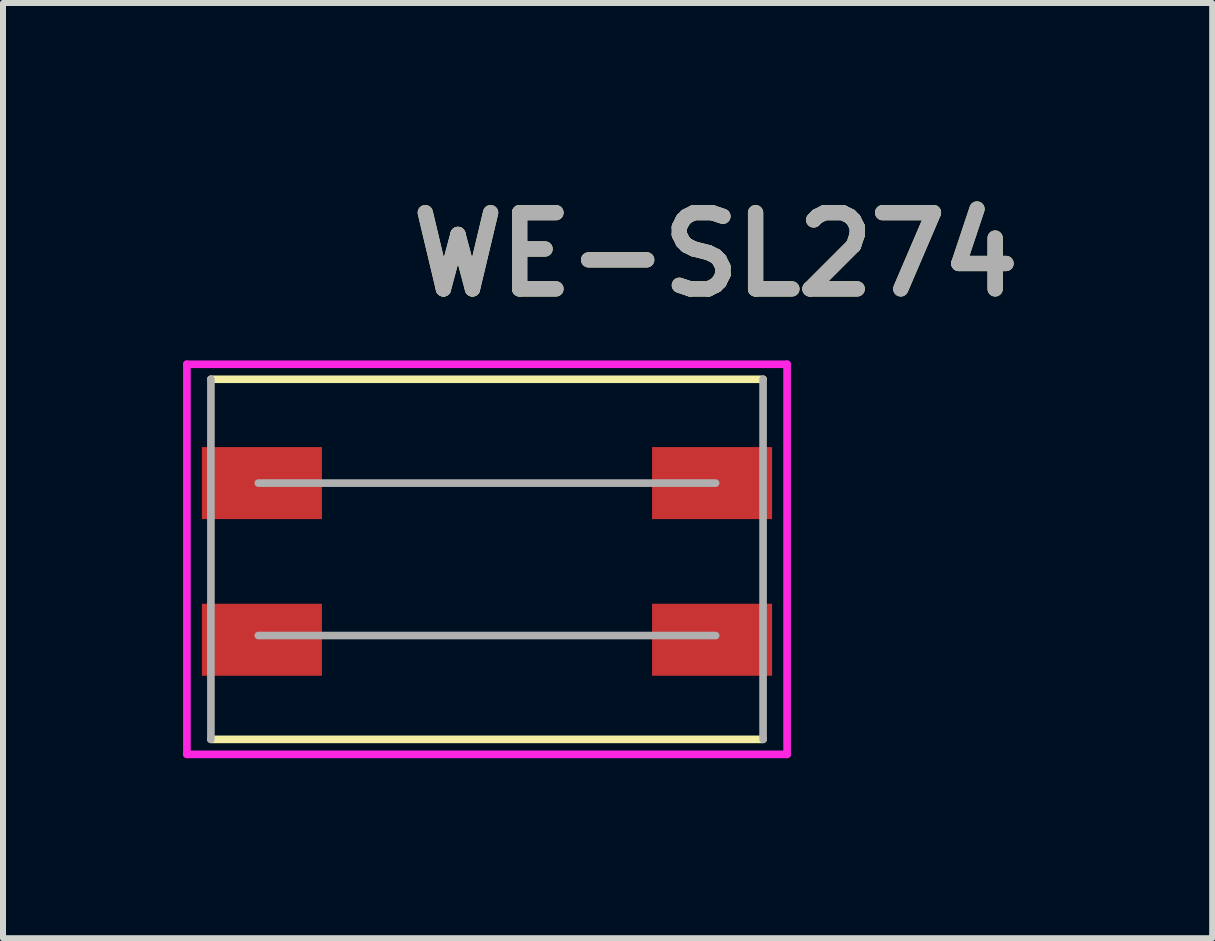
<source format=kicad_pcb>
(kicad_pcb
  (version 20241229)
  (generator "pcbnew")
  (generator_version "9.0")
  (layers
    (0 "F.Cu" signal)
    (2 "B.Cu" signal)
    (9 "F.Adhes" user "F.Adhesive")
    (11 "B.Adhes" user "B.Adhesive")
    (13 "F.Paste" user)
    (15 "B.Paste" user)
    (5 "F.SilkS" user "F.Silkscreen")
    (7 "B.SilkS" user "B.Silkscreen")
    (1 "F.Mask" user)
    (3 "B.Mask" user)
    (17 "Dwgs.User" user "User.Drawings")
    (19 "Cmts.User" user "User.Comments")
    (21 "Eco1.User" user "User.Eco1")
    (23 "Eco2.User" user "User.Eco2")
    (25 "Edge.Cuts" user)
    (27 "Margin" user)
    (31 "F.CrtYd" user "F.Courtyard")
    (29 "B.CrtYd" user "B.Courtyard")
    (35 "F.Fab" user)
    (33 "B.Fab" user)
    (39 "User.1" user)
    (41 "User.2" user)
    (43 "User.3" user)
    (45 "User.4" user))
  (footprint "WE-SL274"
    (layer "F.Cu")
    (at 5.064 6.269)
    (property "Reference" "WE-SL274" (at 3.81 -5.08 0) (layer "F.SilkS") (effects (font (size 1.27 1.27) (thickness 0.254))))
    (attr smd)
    (fp_line (start -4.6 3) (end 4.6 3) (stroke (width 0.127) (type solid)) (layer "F.SilkS"))
    (fp_line (start 4.6 -3) (end -4.6 -3) (stroke (width 0.127) (type solid)) (layer "F.SilkS"))
    (fp_line (start -5 -3.25) (end 5 -3.25) (stroke (width 0.127) (type solid)) (layer "F.CrtYd"))
    (fp_line (start -5 3.25) (end -5 -3.25) (stroke (width 0.127) (type solid)) (layer "F.CrtYd"))
    (fp_line (start 5 -3.25) (end 5 3.25) (stroke (width 0.127) (type solid)) (layer "F.CrtYd"))
    (fp_line (start 5 3.25) (end -5 3.25) (stroke (width 0.127) (type solid)) (layer "F.CrtYd"))
    (fp_line (start -4.6 -3) (end -4.6 3) (stroke (width 0.127) (type solid)) (layer "F.Fab"))
    (fp_line (start 3.81 -1.27) (end -3.81 -1.27) (stroke (width 0.127) (type solid)) (layer "F.Fab"))
    (fp_line (start 3.81 1.27) (end -3.81 1.27) (stroke (width 0.127) (type solid)) (layer "F.Fab"))
    (fp_line (start 4.6 3) (end 4.6 -3) (stroke (width 0.127) (type solid)) (layer "F.Fab"))
    (fp_text user "${REFERENCE}" (at 3.81 -5.08 0) (layer "F.Fab") (effects (font (size 1.27 1.27) (thickness 0.254))))
    (pad "1" smd rect (at -3.75 -1.27 90) (size 1.2 2) (layers "F.Cu" "F.Mask" "F.Paste"))
    (pad "2" smd rect (at -3.75 1.34 90) (size 1.2 2) (layers "F.Cu" "F.Mask" "F.Paste"))
    (pad "3" smd rect (at 3.75 1.34 90) (size 1.2 2) (layers "F.Cu" "F.Mask" "F.Paste"))
    (pad "4" smd rect (at 3.75 -1.27 90) (size 1.2 2) (layers "F.Cu" "F.Mask" "F.Paste")))
  (gr_rect
    (start -3 -3)
    (end 17.147 12.582)
    (stroke (width 0.1) (type default))
    (fill no)
    (layer "Edge.Cuts")))
</source>
